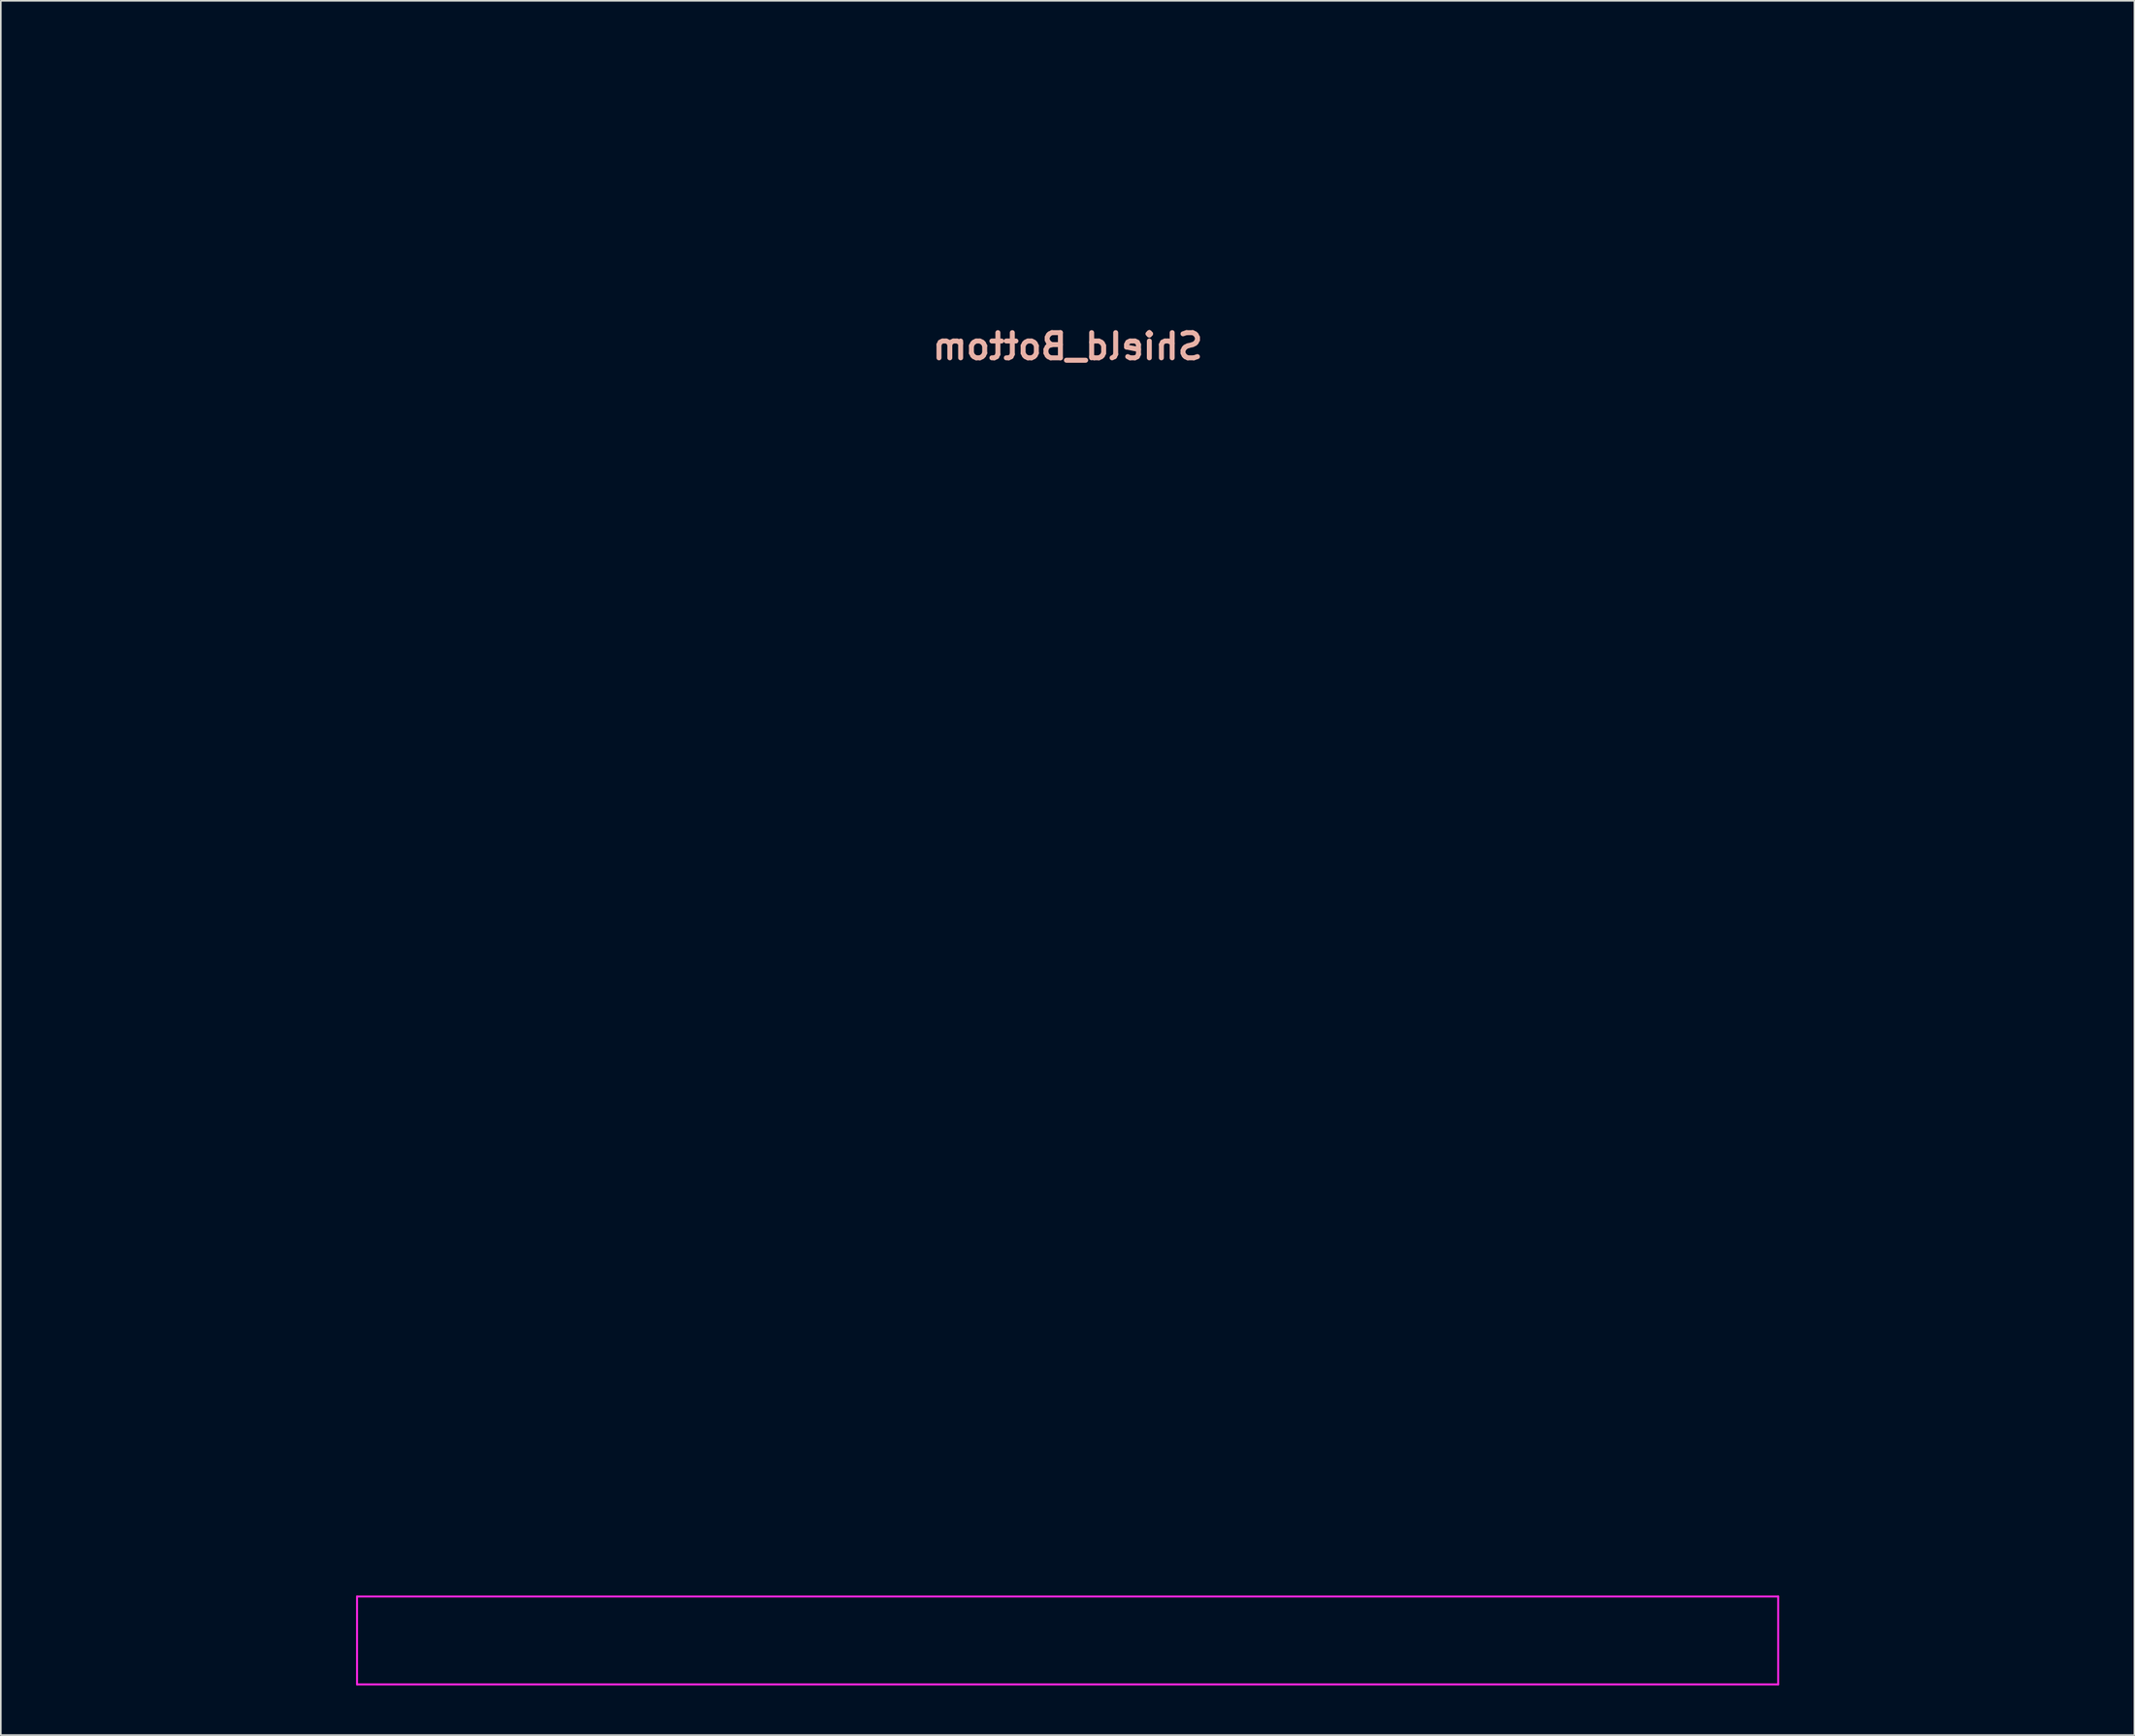
<source format=kicad_pcb>
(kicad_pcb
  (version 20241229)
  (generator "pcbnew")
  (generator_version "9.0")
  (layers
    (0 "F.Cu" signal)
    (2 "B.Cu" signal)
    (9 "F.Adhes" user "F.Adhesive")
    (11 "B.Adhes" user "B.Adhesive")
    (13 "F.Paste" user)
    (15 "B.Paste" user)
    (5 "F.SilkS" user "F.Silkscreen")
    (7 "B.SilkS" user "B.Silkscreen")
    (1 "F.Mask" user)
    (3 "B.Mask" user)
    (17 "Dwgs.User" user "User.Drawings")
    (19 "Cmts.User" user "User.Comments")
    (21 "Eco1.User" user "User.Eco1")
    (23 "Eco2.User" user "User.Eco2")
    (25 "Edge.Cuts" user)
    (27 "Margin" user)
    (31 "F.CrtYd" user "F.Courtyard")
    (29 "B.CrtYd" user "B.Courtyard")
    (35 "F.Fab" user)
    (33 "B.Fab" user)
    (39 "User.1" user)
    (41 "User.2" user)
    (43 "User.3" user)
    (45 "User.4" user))
  (footprint "Shield_Bottom"
    (layer "F.Cu")
    (at 61.409 49.372)
    (property "Reference" "Shield_Bottom" (at 0 -31.496 0) (layer "B.SilkS") (effects (font (size 1.524 1.524) (thickness 0.3)) (justify mirror)))
    (attr smd)
    (fp_poly (pts (xy 47.281 -49.372) (xy 42.257 -49.372) (xy 41.422 -49.372) (xy 40.684 -49.371) (xy 40.036 -49.37) (xy 39.473 -49.369) (xy 38.989 -49.367) (xy 38.578 -49.364) (xy 38.235 -49.361) (xy 37.954 -49.357) (xy 37.728 -49.352) (xy 37.553 -49.345) (xy 37.423 -49.338) (xy 37.332 -49.329) (xy 37.273 -49.32) (xy 37.242 -49.308) (xy 37.233 -49.296) (xy 37.233 -49.295) (xy 37.192 -49.228) (xy 37.156 -49.219) (xy 37.135 -49.208) (xy 37.118 -49.169) (xy 37.104 -49.091) (xy 37.095 -48.965) (xy 37.088 -48.78) (xy 37.083 -48.527) (xy 37.081 -48.196) (xy 37.08 -47.775) (xy 37.08 -47.612) (xy 37.08 -46.006) (xy 47.281 -46.006)) (stroke (width 0) (type solid)) (fill yes) (layer "B.Mask"))
    (fp_poly (pts (xy 2.491 49.372) (xy 4.984 49.372) (xy 7.379 49.372) (xy 9.677 49.372) (xy 11.881 49.371) (xy 13.992 49.371) (xy 16.013 49.371) (xy 17.944 49.371) (xy 19.789 49.37) (xy 21.548 49.37) (xy 23.225 49.369) (xy 24.82 49.369) (xy 26.335 49.368) (xy 27.773 49.367) (xy 29.135 49.366) (xy 30.424 49.365) (xy 31.64 49.364) (xy 32.787 49.363) (xy 33.865 49.362) (xy 34.877 49.361) (xy 35.824 49.36) (xy 36.709 49.358) (xy 37.533 49.357) (xy 38.299 49.355) (xy 39.007 49.353) (xy 39.661 49.351) (xy 40.261 49.349) (xy 40.81 49.347) (xy 41.31 49.345) (xy 41.762 49.343) (xy 42.168 49.34) (xy 42.531 49.338) (xy 42.852 49.335) (xy 43.132 49.332) (xy 43.375 49.329) (xy 43.581 49.326) (xy 43.753 49.323) (xy 43.893 49.32) (xy 44.002 49.316) (xy 44.082 49.312) (xy 44.135 49.308) (xy 44.164 49.304) (xy 44.169 49.301) (xy 44.212 49.233) (xy 44.271 49.204) (xy 44.294 49.196) (xy 44.314 49.179) (xy 44.329 49.144) (xy 44.342 49.083) (xy 44.352 48.989) (xy 44.36 48.851) (xy 44.365 48.663) (xy 44.369 48.416) (xy 44.372 48.101) (xy 44.373 47.71) (xy 44.373 47.235) (xy 44.373 46.667) (xy 44.373 46.597) (xy 44.373 44.016) (xy -44.373 44.016) (xy -44.373 46.694) (xy -18.461 46.694) (xy -18.417 46.308) (xy -18.286 45.969) (xy -18.074 45.685) (xy -17.785 45.466) (xy -17.732 45.437) (xy -17.375 45.304) (xy -17.013 45.273) (xy -16.645 45.344) (xy -16.437 45.427) (xy -16.132 45.625) (xy -15.896 45.891) (xy -15.739 46.213) (xy -15.666 46.578) (xy -15.662 46.714) (xy 15.664 46.714) (xy 15.675 46.456) (xy 15.712 46.249) (xy 15.818 46.01) (xy 15.994 45.77) (xy 16.213 45.562) (xy 16.325 45.483) (xy 16.667 45.328) (xy 17.027 45.272) (xy 17.397 45.317) (xy 17.647 45.402) (xy 17.949 45.583) (xy 18.185 45.826) (xy 18.352 46.116) (xy 18.447 46.437) (xy 18.469 46.771) (xy 18.415 47.103) (xy 18.283 47.415) (xy 18.07 47.692) (xy 17.994 47.762) (xy 17.691 47.96) (xy 17.361 48.069) (xy 17.02 48.094) (xy 16.684 48.04) (xy 16.369 47.91) (xy 16.09 47.708) (xy 15.864 47.44) (xy 15.726 47.163) (xy 15.682 46.965) (xy 15.664 46.714) (xy -15.662 46.714) (xy -15.662 46.716) (xy -15.712 47.095) (xy -15.85 47.423) (xy -16.075 47.697) (xy -16.384 47.915) (xy -16.441 47.944) (xy -16.633 48.032) (xy -16.783 48.079) (xy -16.936 48.094) (xy -17.122 48.088) (xy -17.512 48.021) (xy -17.845 47.874) (xy -18.113 47.654) (xy -18.31 47.369) (xy -18.428 47.027) (xy -18.461 46.694) (xy -44.373 46.694) (xy -44.373 49.372) (xy -0.102 49.372)) (stroke (width 0) (type solid)) (fill yes) (layer "B.Mask"))
    (fp_poly (pts (xy -54.013 44.029) (xy -54.173 43.997) (xy -54.332 43.976) (xy -54.517 43.966) (xy -54.547 43.965) (xy -54.703 43.952) (xy -54.914 43.918) (xy -55.137 43.869) (xy -55.162 43.863) (xy -55.748 43.662) (xy -56.285 43.375) (xy -56.766 43.007) (xy -57.182 42.565) (xy -57.525 42.057) (xy -57.634 41.849) (xy -57.682 41.753) (xy -57.726 41.668) (xy -57.766 41.591) (xy -57.802 41.516) (xy -57.835 41.438) (xy -57.864 41.353) (xy -57.89 41.256) (xy -57.912 41.142) (xy -57.932 41.007) (xy -57.95 40.845) (xy -57.965 40.652) (xy -57.977 40.424) (xy -57.987 40.154) (xy -57.996 39.839) (xy -58.003 39.474) (xy -58.008 39.054) (xy -58.012 38.574) (xy -58.015 38.029) (xy -58.016 37.415) (xy -58.017 36.728) (xy -58.018 35.961) (xy -58.018 35.11) (xy -58.017 34.172) (xy -58.017 33.14) (xy -58.017 32.184) (xy -58.017 23.589) (xy -57.899 23.249) (xy -57.743 22.881) (xy -57.536 22.551) (xy -57.267 22.246) (xy -56.923 21.952) (xy -56.491 21.655) (xy -56.452 21.63) (xy -56.033 21.309) (xy -55.671 20.913) (xy -55.379 20.458) (xy -55.167 19.959) (xy -55.111 19.766) (xy -55.07 19.533) (xy -55.043 19.224) (xy -55.029 18.867) (xy -55.029 18.486) (xy -55.041 18.109) (xy -55.066 17.76) (xy -55.104 17.467) (xy -55.134 17.32) (xy -55.285 16.863) (xy -55.495 16.461) (xy -55.774 16.099) (xy -56.135 15.762) (xy -56.539 15.468) (xy -56.778 15.303) (xy -57.009 15.128) (xy -57.207 14.966) (xy -57.341 14.84) (xy -57.568 14.544) (xy -57.767 14.187) (xy -57.917 13.809) (xy -57.99 13.516) (xy -57.998 13.436) (xy -58.004 13.286) (xy -58.01 13.063) (xy -58.016 12.766) (xy -58.02 12.391) (xy -58.024 11.938) (xy -58.028 11.403) (xy -58.03 10.785) (xy -58.032 10.082) (xy -58.034 9.29) (xy -58.034 8.409) (xy -58.035 7.436) (xy -58.034 6.368) (xy -58.033 5.203) (xy -58.032 3.941) (xy -58.031 3.239) (xy -58.029 2.052) (xy -58.027 0.963) (xy -58.025 -0.032) (xy -58.023 -0.939) (xy -58.021 -1.761) (xy -58.019 -2.502) (xy -58.017 -3.168) (xy -58.014 -3.762) (xy -58.011 -4.288) (xy -58.008 -4.752) (xy -58.005 -5.157) (xy -58.001 -5.507) (xy -57.997 -5.808) (xy -57.992 -6.063) (xy -57.987 -6.277) (xy -57.981 -6.454) (xy -57.975 -6.598) (xy -57.968 -6.713) (xy -57.96 -6.805) (xy -57.951 -6.878) (xy -57.942 -6.935) (xy -57.932 -6.981) (xy -57.923 -7.013) (xy -57.691 -7.619) (xy -57.378 -8.166) (xy -56.991 -8.647) (xy -56.533 -9.059) (xy -56.011 -9.396) (xy -55.429 -9.652) (xy -55.288 -9.699) (xy -54.906 -9.818) (xy -51.871 -9.818) (xy -51.236 -9.818) (xy -50.693 -9.817) (xy -50.233 -9.816) (xy -49.847 -9.813) (xy -49.526 -9.809) (xy -49.26 -9.804) (xy -49.039 -9.797) (xy -48.855 -9.787) (xy -48.697 -9.775) (xy -48.557 -9.761) (xy -48.426 -9.743) (xy -48.292 -9.722) (xy -48.178 -9.702) (xy -47.289 -9.522) (xy -46.467 -9.303) (xy -45.682 -9.036) (xy -44.902 -8.71) (xy -44.552 -8.544) (xy -43.552 -8.002) (xy -42.614 -7.38) (xy -41.74 -6.684) (xy -40.934 -5.919) (xy -40.201 -5.089) (xy -39.542 -4.2) (xy -38.962 -3.256) (xy -38.463 -2.262) (xy -38.05 -1.223) (xy -38.013 -1.098) (xy -36.046 -1.098) (xy -35.987 -1.399) (xy -35.835 -1.743) (xy -35.612 -2.023) (xy -35.332 -2.234) (xy -35.011 -2.368) (xy -34.662 -2.42) (xy -34.3 -2.382) (xy -34.041 -2.296) (xy -33.74 -2.115) (xy -33.505 -1.87) (xy -33.338 -1.577) (xy -33.244 -1.253) (xy -33.226 -0.914) (xy -33.288 -0.579) (xy -33.432 -0.262) (xy -33.566 -0.083) (xy -33.781 0.132) (xy -33.993 0.272) (xy -34.234 0.35) (xy -34.532 0.38) (xy -34.632 0.381) (xy -34.952 0.363) (xy -35.206 0.3) (xy -35.424 0.179) (xy -35.635 -0.013) (xy -35.697 -0.082) (xy -35.911 -0.396) (xy -36.028 -0.737) (xy -36.046 -1.098) (xy -38.013 -1.098) (xy -37.726 -0.143) (xy -37.494 0.972) (xy -37.411 1.567) (xy -37.398 1.734) (xy -37.385 1.99) (xy -37.374 2.326) (xy -37.364 2.735) (xy -37.355 3.208) (xy -37.348 3.737) (xy -37.341 4.314) (xy -37.336 4.932) (xy -37.331 5.581) (xy -37.328 6.254) (xy -37.326 6.943) (xy -37.326 7.64) (xy -37.326 8.336) (xy -37.328 9.023) (xy -37.33 9.694) (xy -37.334 10.341) (xy -37.339 10.954) (xy -37.345 11.527) (xy -37.352 12.05) (xy -37.361 12.517) (xy -37.37 12.919) (xy -37.381 13.247) (xy -37.393 13.494) (xy -37.405 13.651) (xy -37.413 13.697) (xy -37.59 14.186) (xy -37.855 14.626) (xy -38.207 15.013) (xy -38.642 15.345) (xy -38.704 15.383) (xy -39.004 15.575) (xy -39.24 15.752) (xy -39.444 15.943) (xy -39.645 16.172) (xy -39.682 16.216) (xy -39.902 16.522) (xy -40.072 16.84) (xy -40.196 17.184) (xy -40.279 17.571) (xy -40.323 18.019) (xy -40.334 18.541) (xy -40.332 18.659) (xy -38.555 18.659) (xy -38.536 18.316) (xy -38.435 17.988) (xy -38.253 17.69) (xy -38.016 17.459) (xy -37.689 17.271) (xy -37.331 17.175) (xy -36.96 17.171) (xy -36.596 17.264) (xy -36.544 17.285) (xy -36.244 17.472) (xy -36.003 17.73) (xy -35.833 18.043) (xy -35.744 18.393) (xy -35.734 18.565) (xy -35.78 18.935) (xy -35.906 19.258) (xy -36.099 19.53) (xy -36.345 19.744) (xy -36.632 19.896) (xy -36.945 19.978) (xy -37.273 19.985) (xy -37.601 19.911) (xy -37.916 19.752) (xy -38.109 19.598) (xy -38.342 19.316) (xy -38.49 18.997) (xy -38.555 18.659) (xy -40.332 18.659) (xy -40.33 18.769) (xy -40.32 19.106) (xy -40.308 19.362) (xy -40.291 19.559) (xy -40.266 19.718) (xy -40.232 19.861) (xy -40.185 20.01) (xy -40.174 20.043) (xy -39.943 20.551) (xy -39.628 21.005) (xy -39.23 21.401) (xy -38.763 21.729) (xy -38.316 22.036) (xy -37.955 22.389) (xy -37.669 22.8) (xy -37.479 23.195) (xy -37.361 23.487) (xy -37.333 27.185) (xy -37.304 30.883) (xy -37.17 31.378) (xy -36.928 32.087) (xy -36.601 32.743) (xy -36.195 33.339) (xy -36.047 33.503) (xy -30.021 33.503) (xy -29.947 33.176) (xy -29.786 32.863) (xy -29.675 32.72) (xy -29.411 32.473) (xy -29.127 32.32) (xy -28.802 32.251) (xy -28.562 32.247) (xy -28.259 32.279) (xy -28.022 32.343) (xy -27.978 32.362) (xy -27.711 32.542) (xy -27.482 32.793) (xy -27.308 33.088) (xy -27.206 33.401) (xy -27.185 33.604) (xy -27.233 33.971) (xy -27.367 34.303) (xy -27.576 34.588) (xy -27.847 34.814) (xy -28.167 34.967) (xy -28.526 35.036) (xy -28.613 35.039) (xy -28.977 34.994) (xy -29.297 34.869) (xy -29.567 34.676) (xy -29.781 34.43) (xy -29.931 34.143) (xy -30.014 33.83) (xy -30.021 33.503) (xy -36.047 33.503) (xy -35.714 33.87) (xy -35.162 34.332) (xy -34.544 34.719) (xy -34.256 34.863) (xy -33.93 34.999) (xy -33.597 35.107) (xy -33.234 35.191) (xy -32.82 35.256) (xy -32.333 35.308) (xy -32.184 35.32) (xy -31.721 35.36) (xy -31.339 35.405) (xy -31.017 35.46) (xy -30.734 35.529) (xy -30.468 35.617) (xy -30.198 35.731) (xy -29.939 35.856) (xy -29.538 36.08) (xy -29.174 36.336) (xy -28.826 36.64) (xy -28.475 37.008) (xy -28.172 37.371) (xy -27.914 37.677) (xy -27.688 37.903) (xy -27.482 38.058) (xy -27.28 38.152) (xy -27.067 38.196) (xy -26.935 38.201) (xy -26.666 38.152) (xy -26.408 38.022) (xy -26.184 37.83) (xy -26.02 37.596) (xy -25.964 37.451) (xy -25.95 37.345) (xy -25.937 37.145) (xy -25.927 36.857) (xy -25.919 36.488) (xy -25.914 36.046) (xy -25.911 35.538) (xy -25.911 35.32) (xy -25.912 34.791) (xy -25.915 34.354) (xy -25.919 33.997) (xy -25.927 33.711) (xy -25.937 33.485) (xy -25.95 33.308) (xy -25.967 33.169) (xy -25.988 33.06) (xy -25.989 33.053) (xy -26.158 32.548) (xy -26.411 32.098) (xy -26.745 31.709) (xy -27.157 31.382) (xy -27.643 31.123) (xy -27.708 31.096) (xy -27.776 31.07) (xy -27.848 31.048) (xy -27.932 31.03) (xy -28.04 31.016) (xy -28.18 31.004) (xy -28.364 30.994) (xy -28.6 30.985) (xy -28.899 30.978) (xy -29.271 30.972) (xy -29.725 30.965) (xy -30.245 30.958) (xy -30.791 30.951) (xy -31.244 30.944) (xy -31.615 30.937) (xy -31.913 30.929) (xy -32.149 30.92) (xy -32.331 30.91) (xy -32.47 30.898) (xy -32.576 30.883) (xy -32.658 30.865) (xy -32.727 30.843) (xy -32.759 30.83) (xy -33.132 30.627) (xy -33.454 30.345) (xy -33.708 30.001) (xy -33.879 29.613) (xy -33.881 29.608) (xy -33.888 29.565) (xy -33.894 29.479) (xy -33.9 29.347) (xy -33.905 29.167) (xy -33.91 28.934) (xy -33.915 28.648) (xy -33.919 28.303) (xy -33.923 27.898) (xy -33.926 27.429) (xy -33.929 26.893) (xy -33.932 26.288) (xy -33.934 25.61) (xy -33.936 24.857) (xy -33.938 24.024) (xy -33.939 23.111) (xy -33.941 22.112) (xy -33.942 21.026) (xy -33.942 19.849) (xy -33.943 18.579) (xy -33.943 17.212) (xy -33.943 16.041) (xy -33.943 14.66) (xy -33.943 13.378) (xy -33.943 12.191) (xy -33.943 11.094) (xy -33.942 10.084) (xy -33.942 9.158) (xy -33.941 8.312) (xy -33.94 7.542) (xy -33.939 6.844) (xy -33.938 6.214) (xy -33.936 5.65) (xy -33.934 5.147) (xy -33.932 4.701) (xy -33.929 4.31) (xy -33.926 3.968) (xy -33.922 3.672) (xy -33.919 3.42) (xy -33.914 3.206) (xy -33.909 3.028) (xy -33.904 2.881) (xy -33.898 2.762) (xy -33.891 2.667) (xy -33.884 2.592) (xy -33.876 2.534) (xy -33.868 2.489) (xy -33.859 2.454) (xy -33.849 2.424) (xy -33.846 2.416) (xy -33.659 2.043) (xy -33.401 1.722) (xy -33.14 1.507) (xy -33.057 1.452) (xy -32.98 1.403) (xy -32.904 1.361) (xy -32.821 1.324) (xy -32.724 1.292) (xy -32.608 1.265) (xy -32.466 1.243) (xy -32.292 1.224) (xy -32.078 1.209) (xy -31.818 1.198) (xy -31.507 1.189) (xy -31.136 1.182) (xy -30.701 1.178) (xy -30.194 1.175) (xy -29.608 1.174) (xy -28.938 1.174) (xy -28.177 1.174) (xy -27.621 1.174) (xy -26.788 1.174) (xy -26.051 1.175) (xy -25.405 1.177) (xy -24.844 1.18) (xy -24.362 1.183) (xy -23.953 1.187) (xy -23.612 1.192) (xy -23.333 1.199) (xy -23.11 1.206) (xy -22.937 1.215) (xy -22.81 1.225) (xy -22.721 1.236) (xy -22.689 1.242) (xy -22.285 1.388) (xy -21.929 1.621) (xy -21.632 1.934) (xy -21.438 2.244) (xy -21.294 2.525) (xy -21.262 4.845) (xy -21.253 5.462) (xy -21.243 5.989) (xy -21.23 6.439) (xy -21.215 6.823) (xy -21.196 7.154) (xy -21.172 7.444) (xy -21.141 7.706) (xy -21.103 7.951) (xy -21.057 8.191) (xy -21.001 8.44) (xy -20.934 8.709) (xy -20.912 8.797) (xy -20.596 9.82) (xy -20.19 10.799) (xy -19.697 11.729) (xy -19.122 12.606) (xy -18.469 13.424) (xy -17.741 14.178) (xy -16.942 14.864) (xy -16.077 15.476) (xy -15.234 15.965) (xy -14.439 16.347) (xy -13.642 16.655) (xy -13.598 16.668) (xy -6.927 16.668) (xy -6.924 16.453) (xy -6.848 16.089) (xy -6.69 15.772) (xy -6.463 15.511) (xy -6.18 15.316) (xy -5.852 15.194) (xy -5.493 15.155) (xy -5.131 15.203) (xy -4.848 15.321) (xy -4.582 15.519) (xy -4.358 15.773) (xy -4.262 15.932) (xy -4.137 16.274) (xy -4.103 16.612) (xy -4.152 16.934) (xy -4.272 17.23) (xy -4.455 17.491) (xy -4.689 17.707) (xy -4.965 17.867) (xy -5.274 17.961) (xy -5.604 17.979) (xy -5.947 17.911) (xy -6.135 17.833) (xy -6.457 17.624) (xy -6.7 17.353) (xy -6.858 17.032) (xy -6.927 16.668) (xy -13.598 16.668) (xy -12.825 16.895) (xy -11.969 17.071) (xy -11.056 17.189) (xy -10.348 17.24) (xy -9.883 17.269) (xy -9.499 17.309) (xy -9.174 17.363) (xy -8.887 17.436) (xy -8.617 17.534) (xy -8.343 17.661) (xy -8.264 17.701) (xy -7.743 18.029) (xy -7.285 18.432) (xy -6.9 18.902) (xy -6.592 19.43) (xy -6.369 20.007) (xy -6.323 20.174) (xy -6.308 20.236) (xy -6.295 20.301) (xy -6.283 20.372) (xy -6.272 20.455) (xy -6.263 20.557) (xy -6.255 20.683) (xy -6.248 20.839) (xy -6.242 21.03) (xy -6.238 21.261) (xy -6.234 21.54) (xy -6.232 21.871) (xy -6.23 22.259) (xy -6.229 22.711) (xy -6.229 23.233) (xy -6.229 23.83) (xy -6.23 24.507) (xy -6.231 25.27) (xy -6.233 26.126) (xy -6.234 26.855) (xy -6.248 33.127) (xy -6.391 33.417) (xy -6.581 33.712) (xy -6.843 33.986) (xy -7.143 34.211) (xy -7.383 34.333) (xy -7.456 34.36) (xy -7.529 34.384) (xy -7.612 34.403) (xy -7.714 34.418) (xy -7.847 34.431) (xy -8.02 34.441) (xy -8.243 34.449) (xy -8.525 34.456) (xy -8.879 34.462) (xy -9.312 34.469) (xy -9.836 34.475) (xy -9.923 34.476) (xy -12.17 34.504) (xy -12.55 34.694) (xy -12.686 34.763) (xy -12.809 34.833) (xy -12.932 34.912) (xy -13.068 35.01) (xy -13.232 35.138) (xy -13.436 35.305) (xy -13.693 35.521) (xy -13.931 35.723) (xy -14.155 35.902) (xy -14.39 36.072) (xy -14.605 36.211) (xy -14.739 36.284) (xy -15.072 36.442) (xy -21.262 36.493) (xy -21.417 36.642) (xy -21.584 36.866) (xy -21.657 37.128) (xy -21.645 37.281) (xy -12.445 37.281) (xy -12.436 36.924) (xy -12.345 36.597) (xy -12.184 36.31) (xy -11.962 36.071) (xy -11.689 35.89) (xy -11.376 35.777) (xy -11.032 35.741) (xy -10.669 35.792) (xy -10.443 35.868) (xy -10.151 36.044) (xy -9.914 36.294) (xy -9.744 36.598) (xy -9.653 36.938) (xy -9.641 37.109) (xy -9.685 37.501) (xy -9.816 37.848) (xy -10.03 38.142) (xy -10.321 38.373) (xy -10.43 38.433) (xy -10.65 38.502) (xy -10.924 38.536) (xy -11.215 38.532) (xy -11.483 38.492) (xy -11.654 38.433) (xy -11.89 38.278) (xy -12.109 38.066) (xy -12.282 37.83) (xy -12.364 37.658) (xy -12.445 37.281) (xy -21.645 37.281) (xy -21.634 37.424) (xy -21.518 37.753) (xy -21.496 37.797) (xy -21.363 38) (xy -21.155 38.239) (xy -20.891 38.5) (xy -20.585 38.768) (xy -20.254 39.032) (xy -19.914 39.277) (xy -19.582 39.489) (xy -19.272 39.657) (xy -19.25 39.667) (xy -18.948 39.809) (xy -11.399 39.824) (xy -10.269 39.826) (xy -9.238 39.827) (xy -8.303 39.828) (xy -7.463 39.827) (xy -6.714 39.826) (xy -6.054 39.825) (xy -5.479 39.822) (xy -4.989 39.819) (xy -4.579 39.814) (xy -4.248 39.809) (xy -3.992 39.803) (xy -3.808 39.796) (xy -3.696 39.789) (xy -3.656 39.783) (xy -3.448 39.683) (xy -3.234 39.516) (xy -3.045 39.308) (xy -2.942 39.149) (xy -2.831 38.942) (xy -2.831 14.766) (xy -2.942 14.557) (xy -3.088 14.348) (xy -3.282 14.15) (xy -3.49 13.997) (xy -3.563 13.959) (xy -3.624 13.946) (xy -3.751 13.934) (xy -3.947 13.923) (xy -4.217 13.913) (xy -4.564 13.904) (xy -4.994 13.896) (xy -5.51 13.888) (xy -6.117 13.88) (xy -6.818 13.873) (xy -7.37 13.868) (xy -8.1 13.862) (xy -8.737 13.856) (xy -9.288 13.85) (xy -9.763 13.843) (xy -10.169 13.835) (xy -10.515 13.824) (xy -10.81 13.81) (xy -11.063 13.793) (xy -11.28 13.772) (xy -11.472 13.746) (xy -11.645 13.715) (xy -11.81 13.678) (xy -11.973 13.634) (xy -12.145 13.583) (xy -12.332 13.525) (xy -12.444 13.489) (xy -13.254 13.178) (xy -14.021 12.779) (xy -14.737 12.299) (xy -15.397 11.743) (xy -15.993 11.119) (xy -16.518 10.434) (xy -16.966 9.695) (xy -17.33 8.907) (xy -17.488 8.467) (xy -17.576 8.185) (xy -17.652 7.916) (xy -17.715 7.648) (xy -17.767 7.372) (xy -17.809 7.078) (xy -17.841 6.754) (xy -17.865 6.39) (xy -17.882 5.977) (xy -17.891 5.503) (xy -17.895 4.958) (xy -17.893 4.332) (xy -17.888 3.615) (xy -17.888 3.607) (xy -17.881 2.996) (xy -17.874 2.476) (xy -17.864 2.036) (xy -17.853 1.665) (xy -17.837 1.353) (xy -17.817 1.087) (xy -17.791 0.858) (xy -17.758 0.654) (xy -17.717 0.464) (xy -17.668 0.277) (xy -17.609 0.083) (xy -17.543 -0.117) (xy -17.245 -0.872) (xy -16.874 -1.562) (xy -16.422 -2.202) (xy -15.993 -2.692) (xy -15.401 -3.25) (xy -14.771 -3.721) (xy -14.092 -4.11) (xy -13.356 -4.423) (xy -12.553 -4.665) (xy -12.383 -4.706) (xy -12.301 -4.724) (xy -12.22 -4.74) (xy -12.133 -4.754) (xy -12.033 -4.766) (xy -11.913 -4.777) (xy -11.768 -4.786) (xy -11.59 -4.794) (xy -11.373 -4.801) (xy -11.109 -4.806) (xy -10.793 -4.811) (xy -10.418 -4.815) (xy -9.977 -4.819) (xy -9.464 -4.822) (xy -8.871 -4.825) (xy -8.192 -4.828) (xy -7.422 -4.831) (xy -7.051 -4.832) (xy -2.193 -4.85) (xy -2.193 -2.973) (xy 1.199 -2.973) (xy 1.199 -3.621) (xy 1.199 -4.37) (xy 1.199 -5.024) (xy 1.2 -5.59) (xy 1.202 -6.076) (xy 1.204 -6.49) (xy 1.208 -6.837) (xy 1.212 -7.127) (xy 1.218 -7.365) (xy 1.225 -7.56) (xy 1.234 -7.718) (xy 1.244 -7.847) (xy 1.257 -7.954) (xy 1.271 -8.047) (xy 1.287 -8.132) (xy 1.294 -8.161) (xy 1.503 -8.912) (xy 1.788 -9.6) (xy 2.155 -10.233) (xy 2.607 -10.821) (xy 2.827 -11.059) (xy 3.401 -11.588) (xy 4.01 -12.021) (xy 4.66 -12.364) (xy 5.359 -12.62) (xy 5.891 -12.752) (xy 5.941 -12.761) (xy 5.996 -12.77) (xy 6.061 -12.778) (xy 6.139 -12.785) (xy 6.233 -12.792) (xy 6.348 -12.799) (xy 6.487 -12.804) (xy 6.654 -12.81) (xy 6.852 -12.815) (xy 7.085 -12.819) (xy 7.357 -12.823) (xy 7.671 -12.826) (xy 8.03 -12.83) (xy 8.44 -12.832) (xy 8.903 -12.835) (xy 9.423 -12.837) (xy 10.003 -12.839) (xy 10.648 -12.841) (xy 11.36 -12.842) (xy 12.144 -12.843) (xy 13.003 -12.844) (xy 13.942 -12.845) (xy 14.962 -12.846) (xy 16.069 -12.846) (xy 17.266 -12.847) (xy 18.556 -12.847) (xy 19.943 -12.847) (xy 20.427 -12.848) (xy 34.504 -12.851) (xy 34.794 -12.731) (xy 35.182 -12.522) (xy 35.493 -12.246) (xy 35.729 -11.901) (xy 35.879 -11.521) (xy 35.896 -11.453) (xy 35.91 -11.372) (xy 35.922 -11.268) (xy 35.931 -11.133) (xy 35.939 -10.961) (xy 35.945 -10.743) (xy 35.949 -10.471) (xy 35.951 -10.138) (xy 35.952 -9.735) (xy 35.951 -9.256) (xy 35.95 -8.691) (xy 35.947 -8.034) (xy 35.947 -7.899) (xy 35.932 -4.565) (xy 35.793 -4.282) (xy 35.582 -3.928) (xy 35.331 -3.655) (xy 35.021 -3.444) (xy 34.949 -3.407) (xy 34.608 -3.239) (xy 27.492 -3.211) (xy 26.487 -3.207) (xy 25.578 -3.203) (xy 24.761 -3.2) (xy 24.029 -3.196) (xy 23.378 -3.193) (xy 22.802 -3.189) (xy 22.295 -3.184) (xy 21.853 -3.179) (xy 21.469 -3.173) (xy 21.139 -3.165) (xy 20.857 -3.156) (xy 20.617 -3.145) (xy 20.415 -3.133) (xy 20.244 -3.118) (xy 20.1 -3.101) (xy 19.976 -3.082) (xy 19.869 -3.06) (xy 19.771 -3.036) (xy 19.678 -3.008) (xy 19.585 -2.977) (xy 19.485 -2.943) (xy 19.386 -2.909) (xy 18.762 -2.646) (xy 18.171 -2.294) (xy 17.624 -1.864) (xy 17.135 -1.366) (xy 16.715 -0.812) (xy 16.431 -0.321) (xy 16.251 0.072) (xy 16.112 0.469) (xy 16.006 0.893) (xy 15.927 1.37) (xy 15.871 1.923) (xy 15.869 1.946) (xy 15.845 2.217) (xy 15.818 2.415) (xy 15.782 2.569) (xy 15.729 2.707) (xy 15.656 2.852) (xy 15.418 3.204) (xy 15.114 3.481) (xy 14.797 3.665) (xy 14.511 3.8) (xy 9.589 3.814) (xy 8.737 3.816) (xy 7.982 3.818) (xy 7.315 3.819) (xy 6.73 3.819) (xy 6.222 3.818) (xy 5.783 3.814) (xy 5.407 3.809) (xy 5.087 3.802) (xy 4.818 3.792) (xy 4.591 3.78) (xy 4.402 3.764) (xy 4.243 3.745) (xy 4.108 3.723) (xy 3.99 3.697) (xy 3.883 3.666) (xy 3.78 3.631) (xy 3.675 3.592) (xy 3.604 3.564) (xy 3.124 3.327) (xy 2.665 3.006) (xy 2.245 2.619) (xy 1.885 2.185) (xy 1.612 1.735) (xy 1.541 1.593) (xy 1.478 1.464) (xy 1.424 1.343) (xy 1.377 1.22) (xy 1.337 1.09) (xy 1.304 0.944) (xy 1.276 0.775) (xy 1.254 0.577) (xy 1.236 0.341) (xy 1.223 0.06) (xy 1.213 -0.273) (xy 1.206 -0.665) (xy 1.202 -1.124) (xy 1.2 -1.656) (xy 1.199 -2.27) (xy 1.199 -2.973) (xy -2.193 -2.973) (xy -2.193 0.174) (xy -2.193 1.111) (xy -2.191 1.949) (xy -2.189 2.691) (xy -2.186 3.338) (xy -2.181 3.895) (xy -2.176 4.364) (xy -2.173 4.522) (xy -0.892 4.522) (xy -0.892 4.514) (xy -0.884 4.271) (xy -0.857 4.093) (xy -0.804 3.945) (xy -0.779 3.895) (xy -0.554 3.578) (xy -0.255 3.327) (xy -0.078 3.228) (xy 0.08 3.162) (xy 0.227 3.128) (xy 0.404 3.12) (xy 0.561 3.126) (xy 0.897 3.166) (xy 1.145 3.25) (xy 1.148 3.251) (xy 1.429 3.451) (xy 1.671 3.729) (xy 1.789 3.927) (xy 1.869 4.165) (xy 1.906 4.453) (xy 1.898 4.747) (xy 1.844 5.005) (xy 1.824 5.057) (xy 1.675 5.305) (xy 1.461 5.541) (xy 1.214 5.732) (xy 1.097 5.796) (xy 0.84 5.877) (xy 0.54 5.913) (xy 0.242 5.901) (xy 0.016 5.849) (xy -0.292 5.686) (xy -0.56 5.449) (xy -0.74 5.199) (xy -0.82 5.041) (xy -0.866 4.902) (xy -0.887 4.742) (xy -0.892 4.522) (xy -2.173 4.522) (xy -2.17 4.747) (xy -2.162 5.047) (xy -2.153 5.268) (xy -2.144 5.411) (xy -2.136 5.468) (xy -1.994 5.896) (xy -1.765 6.289) (xy -1.46 6.632) (xy -1.092 6.909) (xy -0.923 7.002) (xy -0.587 7.166) (xy 15.837 7.166) (xy 16.217 7.047) (xy 16.85 6.798) (xy 17.419 6.471) (xy 17.922 6.068) (xy 18.356 5.592) (xy 18.716 5.045) (xy 18.809 4.871) (xy 18.962 4.527) (xy 19.079 4.17) (xy 19.167 3.774) (xy 19.232 3.313) (xy 19.252 3.111) (xy 19.31 2.622) (xy 19.391 2.215) (xy 19.502 1.87) (xy 19.651 1.568) (xy 19.847 1.289) (xy 20.097 1.015) (xy 20.118 0.994) (xy 20.446 0.723) (xy 20.829 0.492) (xy 21.231 0.323) (xy 21.473 0.256) (xy 21.546 0.247) (xy 21.678 0.24) (xy 21.874 0.233) (xy 22.135 0.227) (xy 22.465 0.222) (xy 22.868 0.218) (xy 23.347 0.214) (xy 23.906 0.212) (xy 24.547 0.21) (xy 25.274 0.21) (xy 26.09 0.21) (xy 26.999 0.211) (xy 28.004 0.212) (xy 28.894 0.214) (xy 36.034 0.23) (xy 36.413 0.348) (xy 36.943 0.54) (xy 37.453 0.79) (xy 37.974 1.112) (xy 38.028 1.149) (xy 38.626 1.519) (xy 39.214 1.801) (xy 39.818 2.003) (xy 40.461 2.133) (xy 40.984 2.187) (xy 41.406 2.233) (xy 41.747 2.308) (xy 42.029 2.421) (xy 42.269 2.579) (xy 42.455 2.754) (xy 42.564 2.872) (xy 42.657 2.982) (xy 42.736 3.093) (xy 42.802 3.214) (xy 42.856 3.353) (xy 42.899 3.517) (xy 42.933 3.717) (xy 42.957 3.959) (xy 42.975 4.253) (xy 42.985 4.606) (xy 42.991 5.028) (xy 42.992 5.527) (xy 42.991 6.111) (xy 42.987 6.784) (xy 42.983 7.386) (xy 42.98 7.896) (xy 42.976 8.322) (xy 42.972 8.673) (xy 42.967 8.957) (xy 42.96 9.184) (xy 42.952 9.362) (xy 42.941 9.502) (xy 42.928 9.61) (xy 42.912 9.697) (xy 42.893 9.772) (xy 42.87 9.843) (xy 42.852 9.895) (xy 42.618 10.406) (xy 42.308 10.851) (xy 41.926 11.225) (xy 41.477 11.524) (xy 41.3 11.601) (xy 45.271 11.601) (xy 45.281 11.295) (xy 45.346 11.029) (xy 45.354 11.01) (xy 45.487 10.786) (xy 45.678 10.562) (xy 45.893 10.375) (xy 46.024 10.294) (xy 46.301 10.193) (xy 46.612 10.146) (xy 46.923 10.153) (xy 47.199 10.215) (xy 47.29 10.256) (xy 47.603 10.475) (xy 47.855 10.766) (xy 47.921 10.873) (xy 48 11.029) (xy 48.045 11.167) (xy 48.066 11.327) (xy 48.07 11.549) (xy 48.07 11.552) (xy 48.062 11.797) (xy 48.035 11.974) (xy 47.982 12.121) (xy 47.96 12.164) (xy 47.733 12.483) (xy 47.432 12.735) (xy 47.237 12.842) (xy 47.067 12.911) (xy 46.915 12.945) (xy 46.736 12.951) (xy 46.599 12.944) (xy 46.215 12.876) (xy 45.888 12.724) (xy 45.619 12.488) (xy 45.406 12.169) (xy 45.313 11.906) (xy 45.271 11.601) (xy 41.3 11.601) (xy 40.982 11.739) (xy 40.625 11.858) (xy 7.608 11.909) (xy 7.388 12.064) (xy 7.122 12.306) (xy 6.941 12.593) (xy 6.886 12.745) (xy 6.88 12.818) (xy 6.875 12.993) (xy 6.869 13.269) (xy 6.865 13.645) (xy 6.86 14.122) (xy 6.857 14.485) (xy 8.123 14.485) (xy 8.185 14.149) (xy 8.329 13.827) (xy 8.55 13.546) (xy 8.828 13.328) (xy 9.053 13.221) (xy 9.309 13.169) (xy 9.607 13.165) (xy 9.902 13.206) (xy 10.124 13.279) (xy 10.441 13.478) (xy 10.685 13.735) (xy 10.853 14.034) (xy 10.941 14.361) (xy 10.947 14.701) (xy 10.866 15.037) (xy 10.697 15.355) (xy 10.599 15.479) (xy 10.317 15.729) (xy 9.998 15.891) (xy 9.658 15.965) (xy 9.311 15.952) (xy 8.974 15.849) (xy 8.662 15.659) (xy 8.483 15.492) (xy 8.267 15.187) (xy 8.147 14.848) (xy 8.123 14.485) (xy 6.857 14.485) (xy 6.856 14.698) (xy 6.852 15.373) (xy 6.849 16.147) (xy 6.846 17.019) (xy 6.843 17.989) (xy 6.841 19.056) (xy 6.839 20.22) (xy 6.837 21.48) (xy 6.836 22.836) (xy 6.835 24.288) (xy 6.835 25.834) (xy 6.835 26.382) (xy 6.835 37.053) (xy 8.124 37.053) (xy 8.183 36.752) (xy 8.336 36.402) (xy 8.559 36.12) (xy 8.839 35.912) (xy 9.166 35.785) (xy 9.527 35.743) (xy 9.912 35.794) (xy 9.997 35.818) (xy 10.318 35.967) (xy 10.587 36.197) (xy 10.791 36.498) (xy 10.893 36.752) (xy 10.956 37.124) (xy 10.919 37.482) (xy 10.783 37.818) (xy 10.603 38.069) (xy 10.388 38.284) (xy 10.176 38.424) (xy 9.935 38.502) (xy 9.636 38.531) (xy 9.538 38.532) (xy 9.217 38.514) (xy 8.963 38.451) (xy 8.746 38.33) (xy 8.535 38.138) (xy 8.473 38.069) (xy 8.258 37.755) (xy 8.142 37.414) (xy 8.124 37.053) (xy 6.835 37.053) (xy 6.835 39.834) (xy 22.284 39.834) (xy 22.299 37.73) (xy 22.303 37.212) (xy 22.307 36.785) (xy 22.311 36.44) (xy 22.316 36.167) (xy 22.323 35.954) (xy 22.332 35.792) (xy 22.344 35.671) (xy 22.36 35.581) (xy 22.379 35.51) (xy 22.403 35.45) (xy 22.432 35.389) (xy 22.434 35.386) (xy 22.673 35.014) (xy 22.984 34.713) (xy 23.298 34.519) (xy 23.639 34.351) (xy 24.405 34.355) (xy 25.132 34.387) (xy 25.841 34.48) (xy 26.53 34.631) (xy 33.231 34.631) (xy 33.237 34.412) (xy 33.262 34.253) (xy 33.315 34.108) (xy 33.389 33.969) (xy 33.608 33.663) (xy 33.881 33.44) (xy 34.183 33.3) (xy 34.446 33.227) (xy 34.677 33.211) (xy 34.924 33.252) (xy 35.028 33.281) (xy 35.368 33.434) (xy 35.657 33.671) (xy 35.875 33.968) (xy 35.96 34.133) (xy 36.008 34.278) (xy 36.028 34.446) (xy 36.032 34.631) (xy 36.025 34.859) (xy 35.997 35.031) (xy 35.939 35.188) (xy 35.895 35.276) (xy 35.684 35.579) (xy 35.417 35.811) (xy 35.108 35.967) (xy 34.775 36.046) (xy 34.433 36.042) (xy 34.099 35.954) (xy 33.789 35.777) (xy 33.722 35.724) (xy 33.471 35.454) (xy 33.311 35.147) (xy 33.238 34.792) (xy 33.231 34.631) (xy 26.53 34.631) (xy 26.561 34.637) (xy 27.321 34.866) (xy 27.328 34.868) (xy 27.683 35.002) (xy 28.09 35.182) (xy 28.519 35.39) (xy 28.94 35.613) (xy 29.322 35.835) (xy 29.558 35.987) (xy 29.824 36.167) (xy 30.122 36.37) (xy 30.408 36.563) (xy 30.551 36.66) (xy 31.146 37.023) (xy 31.81 37.361) (xy 32.511 37.66) (xy 33.219 37.905) (xy 33.554 38) (xy 33.978 38.098) (xy 34.434 38.182) (xy 34.902 38.249) (xy 35.359 38.297) (xy 35.783 38.324) (xy 36.154 38.327) (xy 36.45 38.305) (xy 36.464 38.302) (xy 36.894 38.186) (xy 37.295 37.98) (xy 37.654 37.697) (xy 37.954 37.347) (xy 38.133 37.044) (xy 38.279 36.748) (xy 38.293 33.852) (xy 38.307 30.956) (xy 30.489 30.973) (xy 29.434 30.975) (xy 28.476 30.977) (xy 27.61 30.98) (xy 26.83 30.982) (xy 26.132 30.985) (xy 25.509 30.988) (xy 24.958 30.991) (xy 24.472 30.995) (xy 24.047 30.999) (xy 23.677 31.003) (xy 23.357 31.008) (xy 23.082 31.014) (xy 22.848 31.02) (xy 22.648 31.027) (xy 22.477 31.035) (xy 22.331 31.044) (xy 22.204 31.054) (xy 22.09 31.064) (xy 21.986 31.076) (xy 21.957 31.08) (xy 21.217 31.182) (xy 20.475 31.302) (xy 19.703 31.445) (xy 18.872 31.617) (xy 18.603 31.676) (xy 17.794 31.848) (xy 17.057 31.991) (xy 16.367 32.109) (xy 15.699 32.206) (xy 15.027 32.284) (xy 14.328 32.348) (xy 13.717 32.392) (xy 13.364 32.411) (xy 12.988 32.424) (xy 12.624 32.432) (xy 12.309 32.432) (xy 12.187 32.43) (xy 11.912 32.419) (xy 11.713 32.404) (xy 11.564 32.381) (xy 11.439 32.344) (xy 11.311 32.288) (xy 11.255 32.261) (xy 10.949 32.06) (xy 10.669 31.79) (xy 10.445 31.481) (xy 10.345 31.278) (xy 10.226 30.985) (xy 10.211 25.068) (xy 10.208 23.986) (xy 10.207 23.002) (xy 10.208 22.118) (xy 10.209 21.332) (xy 10.212 20.647) (xy 10.216 20.061) (xy 10.221 19.577) (xy 10.228 19.192) (xy 10.236 18.909) (xy 10.245 18.728) (xy 10.249 18.684) (xy 10.34 18.186) (xy 10.493 17.688) (xy 10.695 17.232) (xy 10.766 17.104) (xy 10.875 16.944) (xy 11.035 16.743) (xy 11.223 16.529) (xy 11.374 16.371) (xy 11.768 16.019) (xy 12.185 15.74) (xy 12.652 15.519) (xy 13.006 15.395) (xy 13.389 15.276) (xy 33.586 15.276) (xy 33.873 15.41) (xy 34.244 15.637) (xy 34.542 15.934) (xy 34.763 16.292) (xy 34.901 16.706) (xy 34.937 16.93) (xy 34.985 17.208) (xy 35.064 17.41) (xy 35.187 17.56) (xy 35.31 17.65) (xy 35.371 17.682) (xy 35.441 17.706) (xy 35.537 17.724) (xy 35.671 17.736) (xy 35.858 17.744) (xy 36.112 17.748) (xy 36.447 17.749) (xy 36.636 17.749) (xy 37.043 17.748) (xy 37.361 17.743) (xy 37.605 17.732) (xy 37.787 17.711) (xy 37.922 17.68) (xy 38.022 17.635) (xy 38.101 17.573) (xy 38.174 17.493) (xy 38.194 17.468) (xy 38.273 17.304) (xy 38.325 17.054) (xy 38.332 16.995) (xy 38.422 16.539) (xy 38.589 16.148) (xy 38.835 15.821) (xy 39.16 15.558) (xy 39.365 15.443) (xy 39.704 15.276) (xy 44.168 15.249) (xy 45.077 15.243) (xy 45.884 15.236) (xy 46.59 15.229) (xy 47.197 15.221) (xy 47.705 15.212) (xy 48.115 15.203) (xy 48.428 15.193) (xy 48.644 15.183) (xy 48.764 15.172) (xy 48.786 15.167) (xy 49.243 14.954) (xy 49.631 14.674) (xy 49.944 14.332) (xy 50.176 13.937) (xy 50.321 13.493) (xy 50.342 13.383) (xy 50.357 13.238) (xy 50.369 13.008) (xy 50.378 12.71) (xy 50.385 12.36) (xy 50.389 11.976) (xy 50.39 11.574) (xy 50.389 11.171) (xy 50.385 10.784) (xy 50.379 10.43) (xy 50.37 10.125) (xy 50.358 9.887) (xy 50.344 9.733) (xy 50.342 9.722) (xy 50.223 9.284) (xy 50.022 8.879) (xy 49.75 8.526) (xy 49.419 8.243) (xy 49.38 8.217) (xy 49.12 8.07) (xy 48.854 7.967) (xy 48.549 7.896) (xy 48.202 7.851) (xy 47.72 7.764) (xy 47.308 7.603) (xy 46.963 7.367) (xy 46.685 7.054) (xy 46.526 6.784) (xy 46.388 6.503) (xy 46.361 3.519) (xy 46.356 2.883) (xy 46.35 2.34) (xy 46.345 1.882) (xy 46.339 1.5) (xy 46.331 1.185) (xy 46.321 0.928) (xy 46.308 0.722) (xy 46.291 0.556) (xy 46.27 0.423) (xy 46.244 0.313) (xy 46.212 0.218) (xy 46.174 0.13) (xy 46.129 0.039) (xy 46.081 -0.053) (xy 45.97 -0.222) (xy 45.805 -0.42) (xy 45.616 -0.615) (xy 45.432 -0.776) (xy 45.343 -0.839) (xy 45.221 -0.914) (xy 45.113 -0.976) (xy 45.006 -1.025) (xy 44.89 -1.065) (xy 44.753 -1.095) (xy 44.583 -1.118) (xy 44.371 -1.135) (xy 44.103 -1.148) (xy 43.77 -1.157) (xy 43.359 -1.165) (xy 42.86 -1.172) (xy 42.741 -1.174) (xy 42.24 -1.181) (xy 41.83 -1.188) (xy 41.5 -1.195) (xy 41.24 -1.203) (xy 41.037 -1.212) (xy 40.881 -1.224) (xy 40.762 -1.239) (xy 40.668 -1.257) (xy 40.588 -1.28) (xy 40.511 -1.308) (xy 40.487 -1.318) (xy 40.132 -1.512) (xy 39.821 -1.788) (xy 39.573 -2.128) (xy 39.517 -2.234) (xy 39.35 -2.573) (xy 39.336 -7.915) (xy 39.333 -8.802) (xy 39.331 -9.594) (xy 39.33 -10.296) (xy 39.33 -10.914) (xy 39.331 -11.455) (xy 39.334 -11.924) (xy 39.339 -12.328) (xy 39.345 -12.674) (xy 39.355 -12.966) (xy 39.367 -13.212) (xy 39.382 -13.417) (xy 39.4 -13.588) (xy 39.422 -13.73) (xy 39.448 -13.85) (xy 39.478 -13.955) (xy 39.513 -14.049) (xy 39.552 -14.139) (xy 39.597 -14.233) (xy 39.64 -14.321) (xy 39.82 -14.614) (xy 40.066 -14.916) (xy 40.35 -15.197) (xy 40.645 -15.43) (xy 40.829 -15.541) (xy 40.918 -15.588) (xy 40.998 -15.631) (xy 41.076 -15.669) (xy 41.156 -15.702) (xy 41.244 -15.732) (xy 41.346 -15.757) (xy 41.468 -15.779) (xy 41.614 -15.798) (xy 41.792 -15.814) (xy 42.007 -15.826) (xy 42.263 -15.837) (xy 42.568 -15.844) (xy 42.926 -15.85) (xy 43.344 -15.854) (xy 43.826 -15.856) (xy 44.379 -15.857) (xy 45.008 -15.857) (xy 45.72 -15.856) (xy 46.519 -15.854) (xy 47.411 -15.852) (xy 47.93 -15.851) (xy 54.09 -15.837) (xy 54.549 -15.693) (xy 54.954 -15.544) (xy 55.375 -15.35) (xy 55.775 -15.131) (xy 56.115 -14.904) (xy 56.145 -14.881) (xy 56.465 -14.603) (xy 56.791 -14.263) (xy 57.093 -13.897) (xy 57.339 -13.539) (xy 57.348 -13.524) (xy 57.571 -13.093) (xy 57.763 -12.608) (xy 57.909 -12.111) (xy 57.991 -11.68) (xy 57.997 -11.596) (xy 58.002 -11.439) (xy 58.007 -11.207) (xy 58.012 -10.899) (xy 58.016 -10.512) (xy 58.019 -10.045) (xy 58.023 -9.497) (xy 58.026 -8.866) (xy 58.028 -8.151) (xy 58.03 -7.35) (xy 58.032 -6.462) (xy 58.033 -5.484) (xy 58.034 -4.416) (xy 58.035 -3.256) (xy 58.035 -2.003) (xy 58.035 -0.654) (xy 58.034 0.792) (xy 58.033 2.336) (xy 58.032 3.98) (xy 58.032 4.692) (xy 58.017 20.631) (xy 57.902 20.933) (xy 57.675 21.412) (xy 57.38 21.821) (xy 57.009 22.172) (xy 56.614 22.439) (xy 56.137 22.773) (xy 55.741 23.168) (xy 55.424 23.627) (xy 55.194 24.119) (xy 55.149 24.248) (xy 55.114 24.372) (xy 55.09 24.51) (xy 55.072 24.68) (xy 55.06 24.903) (xy 55.05 25.197) (xy 55.045 25.411) (xy 55.042 25.669) (xy 57.314 25.669) (xy 57.341 25.334) (xy 57.443 25.015) (xy 57.617 24.727) (xy 57.859 24.484) (xy 58.166 24.303) (xy 58.306 24.252) (xy 58.625 24.187) (xy 58.936 24.202) (xy 59.148 24.252) (xy 59.404 24.369) (xy 59.657 24.554) (xy 59.875 24.78) (xy 59.995 24.96) (xy 60.055 25.096) (xy 60.09 25.245) (xy 60.105 25.442) (xy 60.107 25.604) (xy 60.089 25.925) (xy 60.026 26.178) (xy 59.905 26.396) (xy 59.712 26.607) (xy 59.643 26.67) (xy 59.34 26.873) (xy 59.005 26.988) (xy 58.655 27.017) (xy 58.309 26.959) (xy 57.986 26.815) (xy 57.729 26.613) (xy 57.505 26.324) (xy 57.368 26.004) (xy 57.314 25.669) (xy 55.042 25.669) (xy 55.039 25.872) (xy 55.049 26.252) (xy 55.078 26.57) (xy 55.128 26.846) (xy 55.203 27.101) (xy 55.306 27.353) (xy 55.376 27.499) (xy 55.592 27.847) (xy 55.883 28.189) (xy 56.222 28.499) (xy 56.584 28.751) (xy 56.589 28.754) (xy 57.031 29.052) (xy 57.384 29.383) (xy 57.659 29.76) (xy 57.866 30.194) (xy 57.898 30.283) (xy 58.017 30.628) (xy 58.017 35.703) (xy 58.017 36.556) (xy 58.017 37.314) (xy 58.017 37.982) (xy 58.016 38.569) (xy 58.014 39.079) (xy 58.01 39.519) (xy 58.004 39.896) (xy 57.996 40.217) (xy 57.984 40.488) (xy 57.97 40.714) (xy 57.952 40.904) (xy 57.93 41.063) (xy 57.903 41.198) (xy 57.872 41.315) (xy 57.835 41.42) (xy 57.793 41.521) (xy 57.745 41.624) (xy 57.69 41.735) (xy 57.634 41.849) (xy 57.321 42.38) (xy 56.931 42.848) (xy 56.474 43.244) (xy 55.958 43.563) (xy 55.39 43.798) (xy 55.162 43.863) (xy 54.94 43.913) (xy 54.725 43.949) (xy 54.561 43.965) (xy 54.547 43.965) (xy 54.365 43.973) (xy 54.196 43.993) (xy 54.173 43.997) (xy 54.013 44.029) (xy 54.013 46.6) (xy 57.322 46.6) (xy 57.368 46.232) (xy 57.495 45.906) (xy 57.691 45.63) (xy 57.943 45.412) (xy 58.237 45.259) (xy 58.56 45.178) (xy 58.9 45.178) (xy 59.242 45.266) (xy 59.446 45.366) (xy 59.736 45.59) (xy 59.949 45.869) (xy 60.081 46.187) (xy 60.132 46.53) (xy 60.098 46.884) (xy 59.976 47.233) (xy 59.8 47.517) (xy 59.688 47.626) (xy 59.522 47.746) (xy 59.361 47.837) (xy 59.01 47.963) (xy 58.66 47.995) (xy 58.325 47.943) (xy 58.018 47.815) (xy 57.751 47.618) (xy 57.538 47.359) (xy 57.392 47.048) (xy 57.325 46.692) (xy 57.322 46.6) (xy 54.013 46.6) (xy 54.013 49.372) (xy 61.409 49.372) (xy 61.409 -49.372) (xy 53.094 -49.372) (xy 53.107 -47.702) (xy 53.115 -46.704) (xy 57.322 -46.704) (xy 57.368 -47.07) (xy 57.496 -47.392) (xy 57.694 -47.663) (xy 57.949 -47.876) (xy 58.248 -48.021) (xy 58.577 -48.092) (xy 58.925 -48.081) (xy 59.277 -47.979) (xy 59.361 -47.939) (xy 59.665 -47.737) (xy 59.893 -47.481) (xy 60.047 -47.186) (xy 60.125 -46.867) (xy 60.129 -46.54) (xy 60.059 -46.219) (xy 59.913 -45.92) (xy 59.694 -45.657) (xy 59.4 -45.446) (xy 59.341 -45.416) (xy 58.994 -45.297) (xy 58.648 -45.271) (xy 58.316 -45.33) (xy 58.012 -45.466) (xy 57.748 -45.67) (xy 57.536 -45.935) (xy 57.391 -46.251) (xy 57.325 -46.611) (xy 57.322 -46.704) (xy 53.115 -46.704) (xy 53.121 -46.031) (xy 54.447 -46.003) (xy 54.871 -45.992) (xy 55.207 -45.982) (xy 55.468 -45.969) (xy 55.668 -45.954) (xy 55.819 -45.934) (xy 55.937 -45.91) (xy 56.028 -45.883) (xy 56.553 -45.648) (xy 56.999 -45.348) (xy 57.369 -44.982) (xy 57.661 -44.55) (xy 57.73 -44.416) (xy 57.833 -44.177) (xy 57.922 -43.924) (xy 57.982 -43.703) (xy 57.99 -43.659) (xy 57.997 -43.581) (xy 58.004 -43.43) (xy 58.009 -43.204) (xy 58.014 -42.901) (xy 58.019 -42.52) (xy 58.023 -42.059) (xy 58.026 -41.515) (xy 58.029 -40.887) (xy 58.031 -40.174) (xy 58.033 -39.372) (xy 58.034 -38.48) (xy 58.035 -37.497) (xy 58.035 -36.42) (xy 58.035 -35.248) (xy 58.034 -33.978) (xy 58.032 -32.609) (xy 58.032 -31.98) (xy 58.017 -20.631) (xy 57.883 -20.351) (xy 57.66 -19.98) (xy 57.375 -19.687) (xy 57.065 -19.48) (xy 56.742 -19.305) (xy 47.561 -19.277) (xy 46.426 -19.274) (xy 45.388 -19.27) (xy 44.443 -19.267) (xy 43.586 -19.264) (xy 42.812 -19.262) (xy 42.118 -19.259) (xy 41.498 -19.256) (xy 40.947 -19.252) (xy 40.462 -19.249) (xy 40.037 -19.245) (xy 39.668 -19.241) (xy 39.35 -19.237) (xy 39.079 -19.232) (xy 38.85 -19.226) (xy 38.659 -19.22) (xy 38.5 -19.214) (xy 38.369 -19.206) (xy 38.263 -19.198) (xy 38.175 -19.189) (xy 38.101 -19.179) (xy 38.037 -19.168) (xy 37.979 -19.156) (xy 37.921 -19.143) (xy 37.387 -19.003) (xy 36.907 -18.843) (xy 36.459 -18.651) (xy 36.023 -18.416) (xy 35.575 -18.126) (xy 35.095 -17.772) (xy 34.908 -17.624) (xy 34.359 -17.233) (xy 33.763 -16.891) (xy 33.15 -16.614) (xy 32.617 -16.436) (xy 32.107 -16.296) (xy 6.095 -16.238) (xy 5.508 -16.126) (xy 4.779 -15.965) (xy 4.11 -15.773) (xy 3.643 -15.606) (xy 3.637 -15.603) (xy 35.237 -15.603) (xy 35.285 -15.964) (xy 35.417 -16.284) (xy 35.619 -16.553) (xy 35.879 -16.764) (xy 36.184 -16.907) (xy 36.52 -16.974) (xy 36.876 -16.956) (xy 37.143 -16.883) (xy 37.406 -16.741) (xy 37.433 -16.718) (xy 57.326 -16.718) (xy 57.397 -17.041) (xy 57.428 -17.117) (xy 57.625 -17.451) (xy 57.882 -17.707) (xy 58.187 -17.88) (xy 58.528 -17.968) (xy 58.893 -17.964) (xy 59.271 -17.865) (xy 59.33 -17.841) (xy 59.624 -17.664) (xy 59.853 -17.421) (xy 60.015 -17.132) (xy 60.106 -16.811) (xy 60.125 -16.477) (xy 60.068 -16.145) (xy 59.932 -15.833) (xy 59.721 -15.564) (xy 59.492 -15.37) (xy 59.262 -15.249) (xy 58.999 -15.189) (xy 58.731 -15.175) (xy 58.416 -15.195) (xy 58.158 -15.265) (xy 57.918 -15.397) (xy 57.746 -15.531) (xy 57.546 -15.762) (xy 57.406 -16.054) (xy 57.331 -16.381) (xy 57.326 -16.718) (xy 37.433 -16.718) (xy 37.657 -16.529) (xy 37.864 -16.276) (xy 37.928 -16.168) (xy 37.982 -16.03) (xy 38.012 -15.85) (xy 38.023 -15.6) (xy 38.023 -15.556) (xy 38.019 -15.329) (xy 38.002 -15.169) (xy 37.965 -15.043) (xy 37.901 -14.914) (xy 37.885 -14.887) (xy 37.652 -14.572) (xy 37.375 -14.348) (xy 37.05 -14.212) (xy 36.672 -14.162) (xy 36.646 -14.162) (xy 36.263 -14.205) (xy 35.928 -14.333) (xy 35.65 -14.537) (xy 35.436 -14.811) (xy 35.296 -15.143) (xy 35.238 -15.528) (xy 35.237 -15.603) (xy 3.637 -15.603) (xy 2.757 -15.2) (xy 1.926 -14.711) (xy 1.155 -14.144) (xy 0.449 -13.503) (xy -0.186 -12.794) (xy -0.747 -12.022) (xy -1.229 -11.191) (xy -1.626 -10.308) (xy -1.731 -10.022) (xy -1.818 -9.791) (xy -1.911 -9.57) (xy -1.993 -9.395) (xy -2.019 -9.348) (xy -2.264 -9.018) (xy -2.585 -8.725) (xy -2.954 -8.485) (xy -3.347 -8.318) (xy -3.564 -8.263) (xy -3.668 -8.253) (xy -3.869 -8.245) (xy -4.163 -8.237) (xy -4.546 -8.23) (xy -5.014 -8.224) (xy -5.563 -8.219) (xy -6.187 -8.216) (xy -6.882 -8.213) (xy -7.645 -8.212) (xy -8.155 -8.211) (xy -8.962 -8.211) (xy -9.674 -8.21) (xy -10.299 -8.209) (xy -10.845 -8.206) (xy -11.319 -8.202) (xy -11.728 -8.196) (xy -12.079 -8.187) (xy -12.381 -8.176) (xy -12.641 -8.161) (xy -12.866 -8.144) (xy -13.064 -8.122) (xy -13.241 -8.096) (xy -13.407 -8.066) (xy -13.567 -8.031) (xy -13.73 -7.991) (xy -13.904 -7.945) (xy -13.971 -7.927) (xy -14.585 -7.732) (xy -15.214 -7.482) (xy -15.82 -7.193) (xy -16.365 -6.883) (xy -16.403 -6.859) (xy -16.96 -6.469) (xy -17.506 -6.023) (xy -18.015 -5.545) (xy -18.464 -5.056) (xy -18.677 -4.788) (xy -18.83 -4.594) (xy -18.987 -4.411) (xy -19.121 -4.269) (xy -19.159 -4.234) (xy -19.436 -4.04) (xy -19.776 -3.876) (xy -20.144 -3.759) (xy -20.325 -3.724) (xy -20.43 -3.715) (xy -20.625 -3.707) (xy -20.91 -3.7) (xy -21.286 -3.695) (xy -21.756 -3.69) (xy -22.32 -3.686) (xy -22.979 -3.683) (xy -23.734 -3.681) (xy -24.587 -3.681) (xy -25.538 -3.681) (xy -26.589 -3.682) (xy -27.741 -3.683) (xy -27.797 -3.684) (xy -34.912 -3.698) (xy -35.146 -3.813) (xy -35.292 -3.892) (xy -35.411 -3.979) (xy -35.519 -4.091) (xy -35.629 -4.246) (xy -35.757 -4.462) (xy -35.884 -4.693) (xy -36.431 -5.622) (xy -37.061 -6.542) (xy -37.756 -7.427) (xy -38.499 -8.255) (xy -38.733 -8.493) (xy -39.687 -9.371) (xy -40.696 -10.163) (xy -41.756 -10.868) (xy -42.865 -11.485) (xy -44.02 -12.012) (xy -45.217 -12.448) (xy -46.454 -12.79) (xy -47.728 -13.039) (xy -48.403 -13.13) (xy -48.563 -13.147) (xy -48.743 -13.161) (xy -48.951 -13.173) (xy -49.196 -13.183) (xy -49.486 -13.191) (xy -49.828 -13.198) (xy -50.232 -13.203) (xy -50.705 -13.206) (xy -51.255 -13.209) (xy -51.892 -13.21) (xy -52.585 -13.211) (xy -53.221 -13.212) (xy -53.824 -13.214) (xy -54.384 -13.218) (xy -54.895 -13.223) (xy -55.348 -13.228) (xy -55.733 -13.235) (xy -56.044 -13.243) (xy -56.271 -13.251) (xy -56.406 -13.26) (xy -56.423 -13.262) (xy -56.862 -13.37) (xy -57.238 -13.559) (xy -57.551 -13.827) (xy -57.799 -14.174) (xy -57.849 -14.27) (xy -58.017 -14.611) (xy -58.017 -28.689) (xy -58.017 -30.124) (xy -58.017 -31.462) (xy -58.018 -32.705) (xy -58.018 -33.856) (xy -58.018 -34.92) (xy -58.018 -35.901) (xy -58.018 -36.801) (xy -58.017 -37.625) (xy -58.015 -38.375) (xy -58.013 -39.057) (xy -58.01 -39.673) (xy -58.007 -40.227) (xy -58.002 -40.723) (xy -57.997 -41.164) (xy -57.99 -41.554) (xy -57.982 -41.897) (xy -57.972 -42.196) (xy -57.962 -42.455) (xy -57.949 -42.677) (xy -57.935 -42.866) (xy -57.92 -43.027) (xy -57.902 -43.162) (xy -57.883 -43.275) (xy -57.861 -43.369) (xy -57.838 -43.45) (xy -57.812 -43.519) (xy -57.784 -43.581) (xy -57.753 -43.639) (xy -57.72 -43.697) (xy -57.684 -43.759) (xy -57.645 -43.828) (xy -57.604 -43.907) (xy -57.601 -43.914) (xy -57.48 -44.146) (xy -57.363 -44.336) (xy -57.227 -44.514) (xy -57.05 -44.709) (xy -56.899 -44.862) (xy -56.677 -45.078) (xy -56.491 -45.239) (xy -56.313 -45.366) (xy -56.113 -45.482) (xy -55.951 -45.563) (xy -55.71 -45.676) (xy -55.462 -45.781) (xy -55.248 -45.862) (xy -55.161 -45.891) (xy -55.14 -45.896) (xy -55.112 -45.901) (xy -55.074 -45.906) (xy -55.026 -45.91) (xy -54.965 -45.915) (xy -54.888 -45.919) (xy -54.794 -45.923) (xy -54.681 -45.927) (xy -54.547 -45.931) (xy -54.39 -45.934) (xy -54.207 -45.938) (xy -53.997 -45.941) (xy -53.757 -45.944) (xy -53.486 -45.947) (xy -53.182 -45.95) (xy -52.842 -45.952) (xy -52.464 -45.955) (xy -52.047 -45.957) (xy -51.588 -45.96) (xy -51.086 -45.962) (xy -50.538 -45.964) (xy -49.942 -45.966) (xy -49.297 -45.968) (xy -48.6 -45.969) (xy -47.849 -45.971) (xy -47.042 -45.973) (xy -46.177 -45.974) (xy -45.253 -45.975) (xy -44.266 -45.977) (xy -43.216 -45.978) (xy -42.099 -45.979) (xy -40.915 -45.98) (xy -39.66 -45.981) (xy -38.334 -45.982) (xy -36.933 -45.983) (xy -35.456 -45.984) (xy -33.901 -45.985) (xy -32.265 -45.986) (xy -30.547 -45.987) (xy -28.745 -45.987) (xy -26.857 -45.988) (xy -24.88 -45.989) (xy -22.813 -45.99) (xy -20.654 -45.99) (xy -18.399 -45.991) (xy -16.049 -45.992) (xy -13.6 -45.993) (xy -11.82 -45.993) (xy 31.214 -46.006) (xy 31.214 -49.372) (xy -61.409 -49.372) (xy -61.409 -46.571) (xy -60.132 -46.571) (xy -60.115 -46.933) (xy -60.01 -47.272) (xy -59.823 -47.572) (xy -59.56 -47.82) (xy -59.361 -47.939) (xy -58.997 -48.069) (xy -58.626 -48.096) (xy -58.249 -48.022) (xy -58.236 -48.018) (xy -57.92 -47.862) (xy -57.67 -47.644) (xy -57.488 -47.378) (xy -57.373 -47.078) (xy -57.325 -46.76) (xy -57.346 -46.438) (xy -57.436 -46.128) (xy -57.594 -45.843) (xy -57.822 -45.599) (xy -58.12 -45.41) (xy -58.163 -45.39) (xy -58.509 -45.293) (xy -58.859 -45.285) (xy -59.197 -45.36) (xy -59.507 -45.51) (xy -59.771 -45.729) (xy -59.972 -46.01) (xy -60.054 -46.199) (xy -60.132 -46.571) (xy -61.409 -46.571) (xy -61.409 -10.51) (xy -60.133 -10.51) (xy -60.089 -10.891) (xy -59.963 -11.226) (xy -59.766 -11.506) (xy -59.51 -11.725) (xy -59.207 -11.873) (xy -58.87 -11.945) (xy -58.51 -11.93) (xy -58.139 -11.823) (xy -57.841 -11.647) (xy -57.608 -11.407) (xy -57.443 -11.12) (xy -57.347 -10.801) (xy -57.323 -10.468) (xy -57.374 -10.137) (xy -57.501 -9.825) (xy -57.708 -9.548) (xy -57.797 -9.465) (xy -58.098 -9.267) (xy -58.42 -9.157) (xy -58.751 -9.129) (xy -59.075 -9.177) (xy -59.38 -9.295) (xy -59.65 -9.477) (xy -59.873 -9.716) (xy -60.035 -10.006) (xy -60.122 -10.341) (xy -60.133 -10.51) (xy -61.409 -10.51) (xy -61.409 18.545) (xy -60.126 18.545) (xy -60.102 18.265) (xy -60.04 18.026) (xy -60.013 17.966) (xy -59.796 17.654) (xy -59.509 17.401) (xy -59.172 17.225) (xy -59.037 17.182) (xy -58.846 17.16) (xy -58.606 17.169) (xy -58.363 17.205) (xy -58.169 17.262) (xy -57.947 17.394) (xy -57.726 17.592) (xy -57.538 17.823) (xy -57.431 18.015) (xy -57.331 18.369) (xy -57.323 18.736) (xy -57.405 19.091) (xy -57.455 19.205) (xy -57.616 19.466) (xy -57.827 19.674) (xy -58.113 19.855) (xy -58.341 19.934) (xy -58.622 19.971) (xy -58.918 19.965) (xy -59.188 19.918) (xy -59.345 19.857) (xy -59.583 19.69) (xy -59.807 19.462) (xy -59.985 19.209) (xy -60.056 19.06) (xy -60.112 18.824) (xy -60.126 18.545) (xy -61.409 18.545) (xy -61.409 46.53) (xy -60.129 46.53) (xy -60.056 46.206) (xy -59.907 45.905) (xy -59.681 45.641) (xy -59.443 45.466) (xy -59.103 45.321) (xy -58.745 45.275) (xy -58.365 45.328) (xy -58.199 45.38) (xy -57.897 45.538) (xy -57.652 45.768) (xy -57.469 46.053) (xy -57.356 46.375) (xy -57.318 46.717) (xy -57.363 47.061) (xy -57.456 47.311) (xy -57.66 47.621) (xy -57.925 47.858) (xy -58.236 48.016) (xy -58.577 48.092) (xy -58.933 48.079) (xy -59.29 47.973) (xy -59.361 47.939) (xy -59.664 47.737) (xy -59.892 47.479) (xy -60.046 47.182) (xy -60.125 46.86) (xy -60.129 46.53) (xy -61.409 46.53) (xy -61.409 49.372) (xy -54.013 49.372)) (stroke (width 0) (type solid)) (fill yes) (layer "B.Mask"))
    (fp_line (start -42.901 44.018) (end -42.901 49.327) (stroke (width 0.12) (type solid)) (layer "F.CrtYd"))
    (fp_line (start -42.901 49.327) (end 42.901 49.327) (stroke (width 0.12) (type solid)) (layer "F.CrtYd"))
    (fp_line (start 42.901 44.018) (end -42.901 44.018) (stroke (width 0.12) (type solid)) (layer "F.CrtYd"))
    (fp_line (start 42.901 49.327) (end 42.901 44.018) (stroke (width 0.12) (type solid)) (layer "F.CrtYd")))
  (gr_rect
    (start -3 -3)
    (end 125.818 101.759)
    (stroke (width 0.1) (type default))
    (fill no)
    (layer "Edge.Cuts")))
</source>
